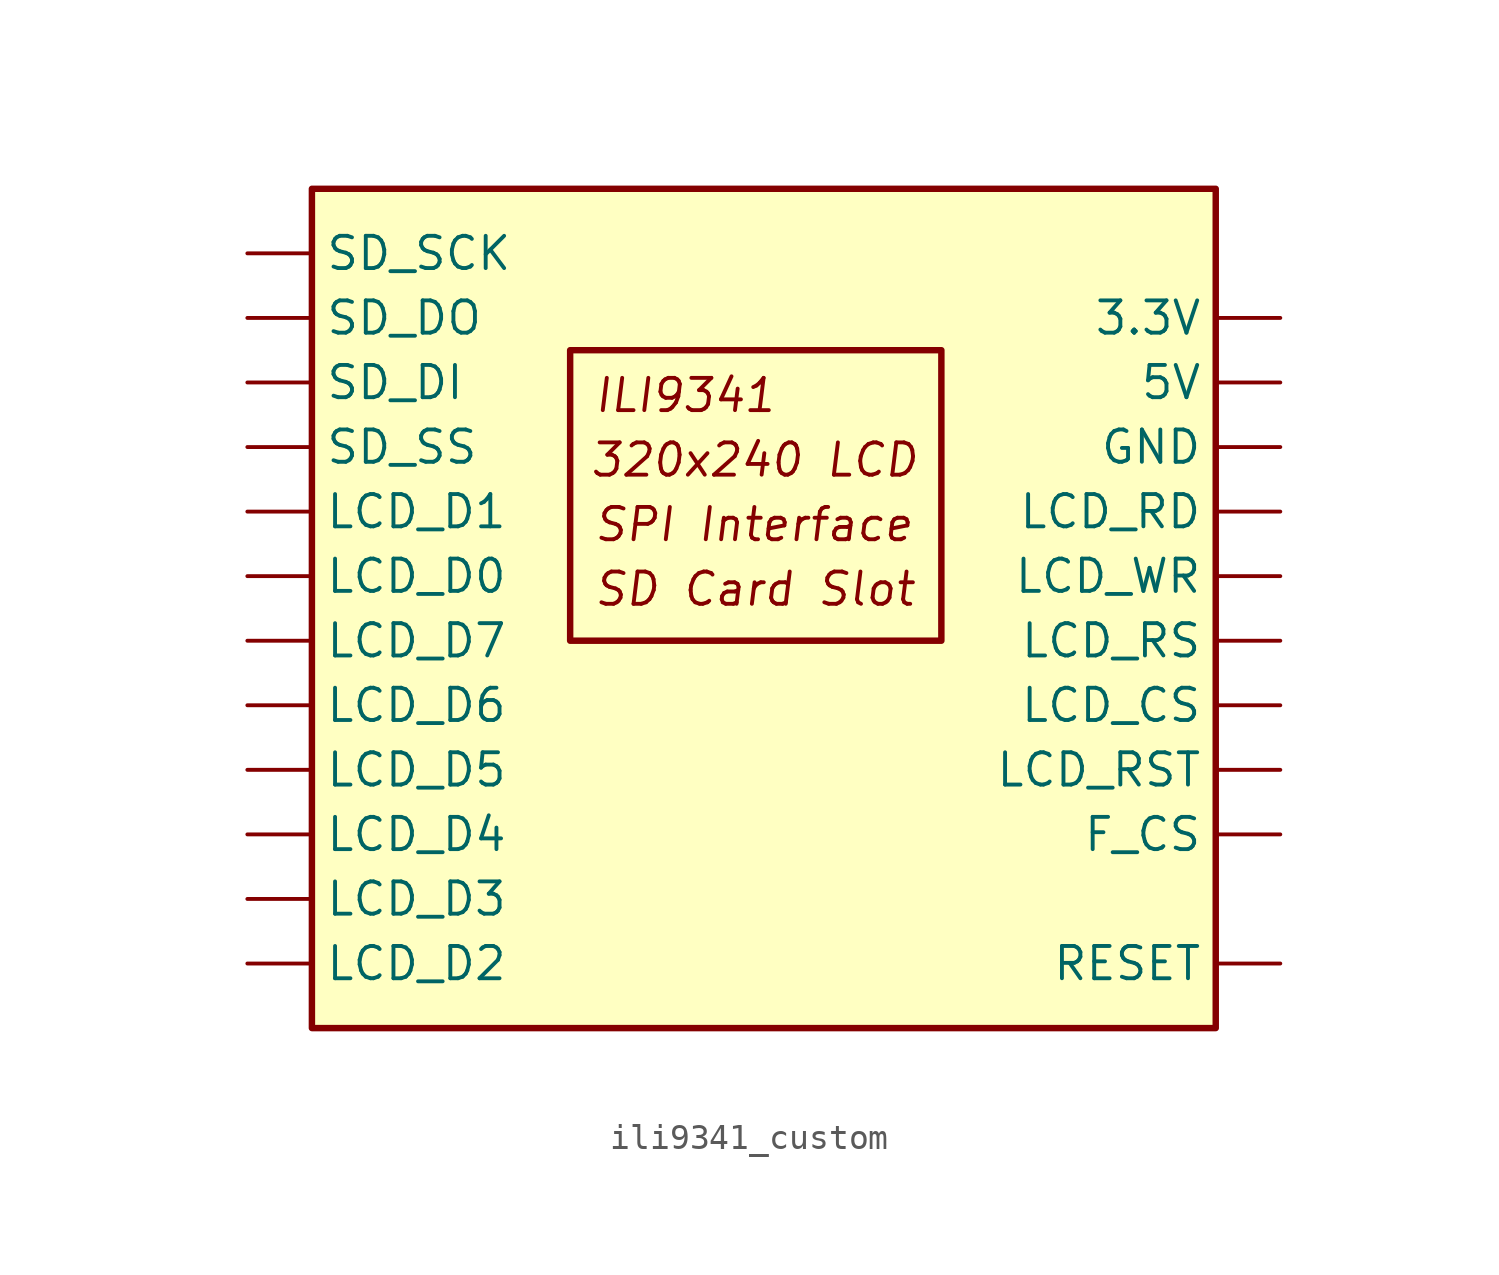
<source format=kicad_sym>
(kicad_symbol_lib
  (version 20220914)
  (generator kicad_symbol_editor)
  (symbol "ili9341_custom"
    (property "Reference" "U"
      (at 0 16.51 0)
      (effects (font (size 1.27 1.27)) hide))
    (property "Value" ""
      (at -21.59 -8.89 0)
      (effects (font (size 1.27 1.27))))
    (symbol "ili9341_custom_0_0"
      (text "320x240 LCD" (at -0.381 4.572 0) (effects (font (size 1.27 1.27) italic)))
      (text "SD Card Slot" (at -6.731 -0.508 0) (effects (font (size 1.27 1.27) italic) (justify left)))
      (text "SPI Interface" (at -6.731 2.032 0) (effects (font (size 1.27 1.27) italic) (justify left))))
    (symbol "ili9341_custom_0_1"
      (rectangle (start -17.78 15.24) (end 17.78 -17.78) (stroke (width 0.254) (type default)) (fill (type background)))
      (rectangle (start -7.62 8.89) (end 6.985 -2.54) (stroke (width 0.254) (type default)) (fill (type none))))
    (symbol "ili9341_custom_1_0"
      (text "ILI9341" (at -6.731 7.112 0) (effects (font (size 1.27 1.27) italic) (justify left))))
    (symbol "ili9341_custom_1_1"
      (pin power_in line (at 20.32 10.16 180) (length 2.54) (name "3.3V" (effects (font (size 1.27 1.27)))) (number "" (effects (font (size 1.27 1.27)))))
      (pin power_in line (at 20.32 7.62 180) (length 2.54) (name "5V" (effects (font (size 1.27 1.27)))) (number "" (effects (font (size 1.27 1.27)))))
      (pin input line (at 20.32 -10.16 180) (length 2.54) (name "F_CS" (effects (font (size 1.27 1.27)))) (number "" (effects (font (size 1.27 1.27)))))
      (pin power_in line (at 20.32 5.08 180) (length 2.54) (name "GND" (effects (font (size 1.27 1.27)))) (number "" (effects (font (size 1.27 1.27)))))
      (pin input line (at 20.32 -5.08 180) (length 2.54) (name "LCD_CS" (effects (font (size 1.27 1.27)))) (number "" (effects (font (size 1.27 1.27)))))
      (pin input line (at -20.32 0 0) (length 2.54) (name "LCD_D0" (effects (font (size 1.27 1.27)))) (number "" (effects (font (size 1.27 1.27)))))
      (pin input line (at -20.32 2.54 0) (length 2.54) (name "LCD_D1" (effects (font (size 1.27 1.27)))) (number "" (effects (font (size 1.27 1.27)))))
      (pin input line (at -20.32 -15.24 0) (length 2.54) (name "LCD_D2" (effects (font (size 1.27 1.27)))) (number "" (effects (font (size 1.27 1.27)))))
      (pin input line (at -20.32 -12.7 0) (length 2.54) (name "LCD_D3" (effects (font (size 1.27 1.27)))) (number "" (effects (font (size 1.27 1.27)))))
      (pin input line (at -20.32 -10.16 0) (length 2.54) (name "LCD_D4" (effects (font (size 1.27 1.27)))) (number "" (effects (font (size 1.27 1.27)))))
      (pin input line (at -20.32 -7.62 0) (length 2.54) (name "LCD_D5" (effects (font (size 1.27 1.27)))) (number "" (effects (font (size 1.27 1.27)))))
      (pin input line (at -20.32 -5.08 0) (length 2.54) (name "LCD_D6" (effects (font (size 1.27 1.27)))) (number "" (effects (font (size 1.27 1.27)))))
      (pin input line (at -20.32 -2.54 0) (length 2.54) (name "LCD_D7" (effects (font (size 1.27 1.27)))) (number "" (effects (font (size 1.27 1.27)))))
      (pin input line (at 20.32 2.54 180) (length 2.54) (name "LCD_RD" (effects (font (size 1.27 1.27)))) (number "" (effects (font (size 1.27 1.27)))))
      (pin input line (at 20.32 -2.54 180) (length 2.54) (name "LCD_RS" (effects (font (size 1.27 1.27)))) (number "" (effects (font (size 1.27 1.27)))))
      (pin input line (at 20.32 -7.62 180) (length 2.54) (name "LCD_RST" (effects (font (size 1.27 1.27)))) (number "" (effects (font (size 1.27 1.27)))))
      (pin input line (at 20.32 0 180) (length 2.54) (name "LCD_WR" (effects (font (size 1.27 1.27)))) (number "" (effects (font (size 1.27 1.27)))))
      (pin input line (at 20.32 -15.24 180) (length 2.54) (name "RESET" (effects (font (size 1.27 1.27)))) (number "" (effects (font (size 1.27 1.27)))))
      (pin input line (at -20.32 7.62 0) (length 2.54) (name "SD_DI" (effects (font (size 1.27 1.27)))) (number "" (effects (font (size 1.27 1.27)))))
      (pin input line (at -20.32 10.16 0) (length 2.54) (name "SD_DO" (effects (font (size 1.27 1.27)))) (number "" (effects (font (size 1.27 1.27)))))
      (pin input line (at -20.32 12.7 0) (length 2.54) (name "SD_SCK" (effects (font (size 1.27 1.27)))) (number "" (effects (font (size 1.27 1.27)))))
      (pin input line (at -20.32 5.08 0) (length 2.54) (name "SD_SS" (effects (font (size 1.27 1.27)))) (number "" (effects (font (size 1.27 1.27))))))))
</source>
